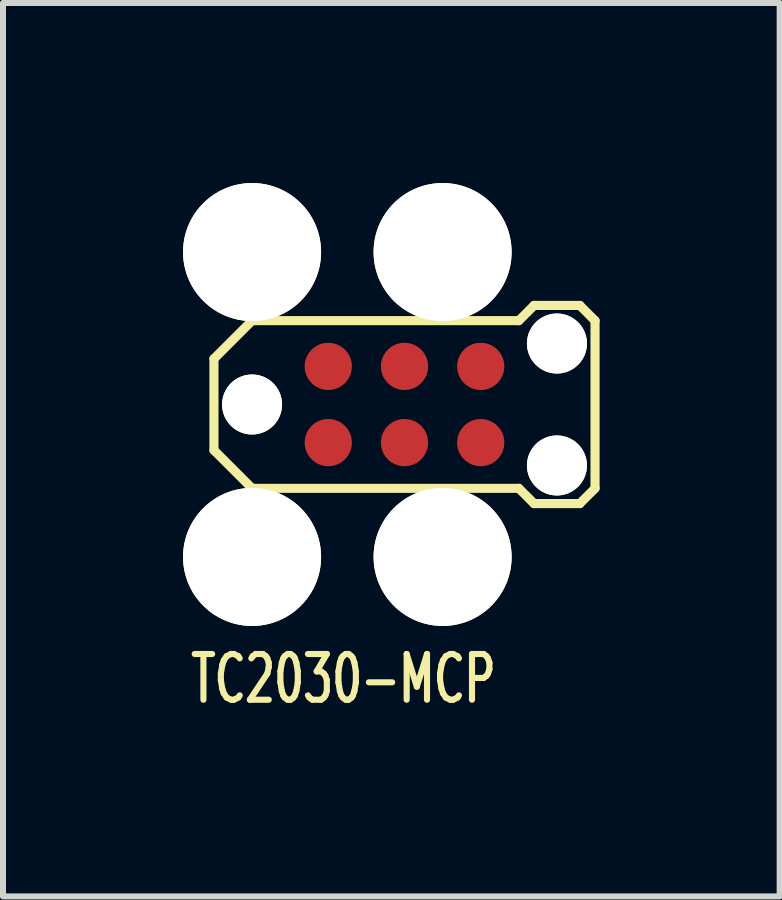
<source format=kicad_pcb>
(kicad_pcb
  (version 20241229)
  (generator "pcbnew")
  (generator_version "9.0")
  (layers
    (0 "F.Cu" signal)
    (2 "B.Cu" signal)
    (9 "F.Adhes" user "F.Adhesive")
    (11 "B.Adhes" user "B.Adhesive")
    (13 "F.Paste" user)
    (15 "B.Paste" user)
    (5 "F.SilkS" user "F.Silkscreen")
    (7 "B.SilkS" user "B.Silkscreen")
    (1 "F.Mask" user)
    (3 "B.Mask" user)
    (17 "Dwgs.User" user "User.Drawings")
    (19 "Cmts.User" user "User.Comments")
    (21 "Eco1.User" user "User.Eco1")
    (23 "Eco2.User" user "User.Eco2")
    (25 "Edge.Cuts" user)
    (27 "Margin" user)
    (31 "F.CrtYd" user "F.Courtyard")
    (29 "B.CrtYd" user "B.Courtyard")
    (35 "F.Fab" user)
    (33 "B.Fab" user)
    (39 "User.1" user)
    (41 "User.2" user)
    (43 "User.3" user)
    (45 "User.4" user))
  (footprint "TC2030-MCP"
    (layer "F.Cu")
    (at 1.15 3.69)
    (property "Reference" "TC2030-MCP" (at 1.524 4.572 0) (layer "F.SilkS") (effects (font (size 0.762 0.508) (thickness 0.102))))
    (attr exclude_from_pos_files exclude_from_bom)
    (fp_line (start -0.635 -0.762) (end 0 -1.397) (stroke (width 0.152) (type solid)) (layer "F.SilkS"))
    (fp_line (start -0.635 0.762) (end -0.635 -0.762) (stroke (width 0.152) (type solid)) (layer "F.SilkS"))
    (fp_line (start 0 -1.397) (end 4.445 -1.397) (stroke (width 0.152) (type solid)) (layer "F.SilkS"))
    (fp_line (start 0 1.397) (end -0.635 0.762) (stroke (width 0.152) (type solid)) (layer "F.SilkS"))
    (fp_line (start 4.445 -1.397) (end 4.699 -1.651) (stroke (width 0.152) (type solid)) (layer "F.SilkS"))
    (fp_line (start 4.445 1.397) (end 0 1.397) (stroke (width 0.152) (type solid)) (layer "F.SilkS"))
    (fp_line (start 4.699 -1.651) (end 5.461 -1.651) (stroke (width 0.152) (type solid)) (layer "F.SilkS"))
    (fp_line (start 4.699 1.651) (end 4.445 1.397) (stroke (width 0.152) (type solid)) (layer "F.SilkS"))
    (fp_line (start 5.461 -1.651) (end 5.715 -1.397) (stroke (width 0.152) (type solid)) (layer "F.SilkS"))
    (fp_line (start 5.461 1.651) (end 4.699 1.651) (stroke (width 0.152) (type solid)) (layer "F.SilkS"))
    (fp_line (start 5.715 -1.397) (end 5.715 1.397) (stroke (width 0.152) (type solid)) (layer "F.SilkS"))
    (fp_line (start 5.715 1.397) (end 5.461 1.651) (stroke (width 0.152) (type solid)) (layer "F.SilkS"))
    (pad "" np_thru_hole circle (at 0 -2.54) (size 2.3 2.3) (drill 2.3) (layers "*.Cu" "*.Mask" "F.SilkS"))
    (pad "" np_thru_hole circle (at 0 0) (size 1 1) (drill 1) (layers "*.Cu" "*.Mask" "F.SilkS"))
    (pad "" np_thru_hole circle (at 0 2.54) (size 2.3 2.3) (drill 2.3) (layers "*.Cu" "*.Mask" "F.SilkS"))
    (pad "" np_thru_hole circle (at 3.175 -2.54) (size 2.3 2.3) (drill 2.3) (layers "*.Cu" "*.Mask" "F.SilkS"))
    (pad "" np_thru_hole circle (at 3.175 2.54) (size 2.3 2.3) (drill 2.3) (layers "*.Cu" "*.Mask" "F.SilkS"))
    (pad "" np_thru_hole circle (at 5.08 -1.016) (size 1 1) (drill 1) (layers "*.Cu" "*.Mask" "F.SilkS"))
    (pad "" np_thru_hole circle (at 5.08 1.016) (size 1 1) (drill 1) (layers "*.Cu" "*.Mask" "F.SilkS"))
    (pad "1" smd circle (at 1.27 0.635) (size 0.787 0.787) (layers "F.Cu" "F.Mask" "F.Paste"))
    (pad "2" smd circle (at 1.27 -0.635) (size 0.787 0.787) (layers "F.Cu" "F.Mask" "F.Paste"))
    (pad "3" smd circle (at 2.54 0.635) (size 0.787 0.787) (layers "F.Cu" "F.Mask" "F.Paste"))
    (pad "4" smd circle (at 2.54 -0.635) (size 0.787 0.787) (layers "F.Cu" "F.Mask" "F.Paste"))
    (pad "5" smd circle (at 3.81 0.635) (size 0.787 0.787) (layers "F.Cu" "F.Mask" "F.Paste"))
    (pad "6" smd circle (at 3.81 -0.635) (size 0.787 0.787) (layers "F.Cu" "F.Mask" "F.Paste")))
  (gr_rect
    (start -3 -3)
    (end 9.941 11.886)
    (stroke (width 0.1) (type default))
    (fill no)
    (layer "Edge.Cuts")))
</source>
